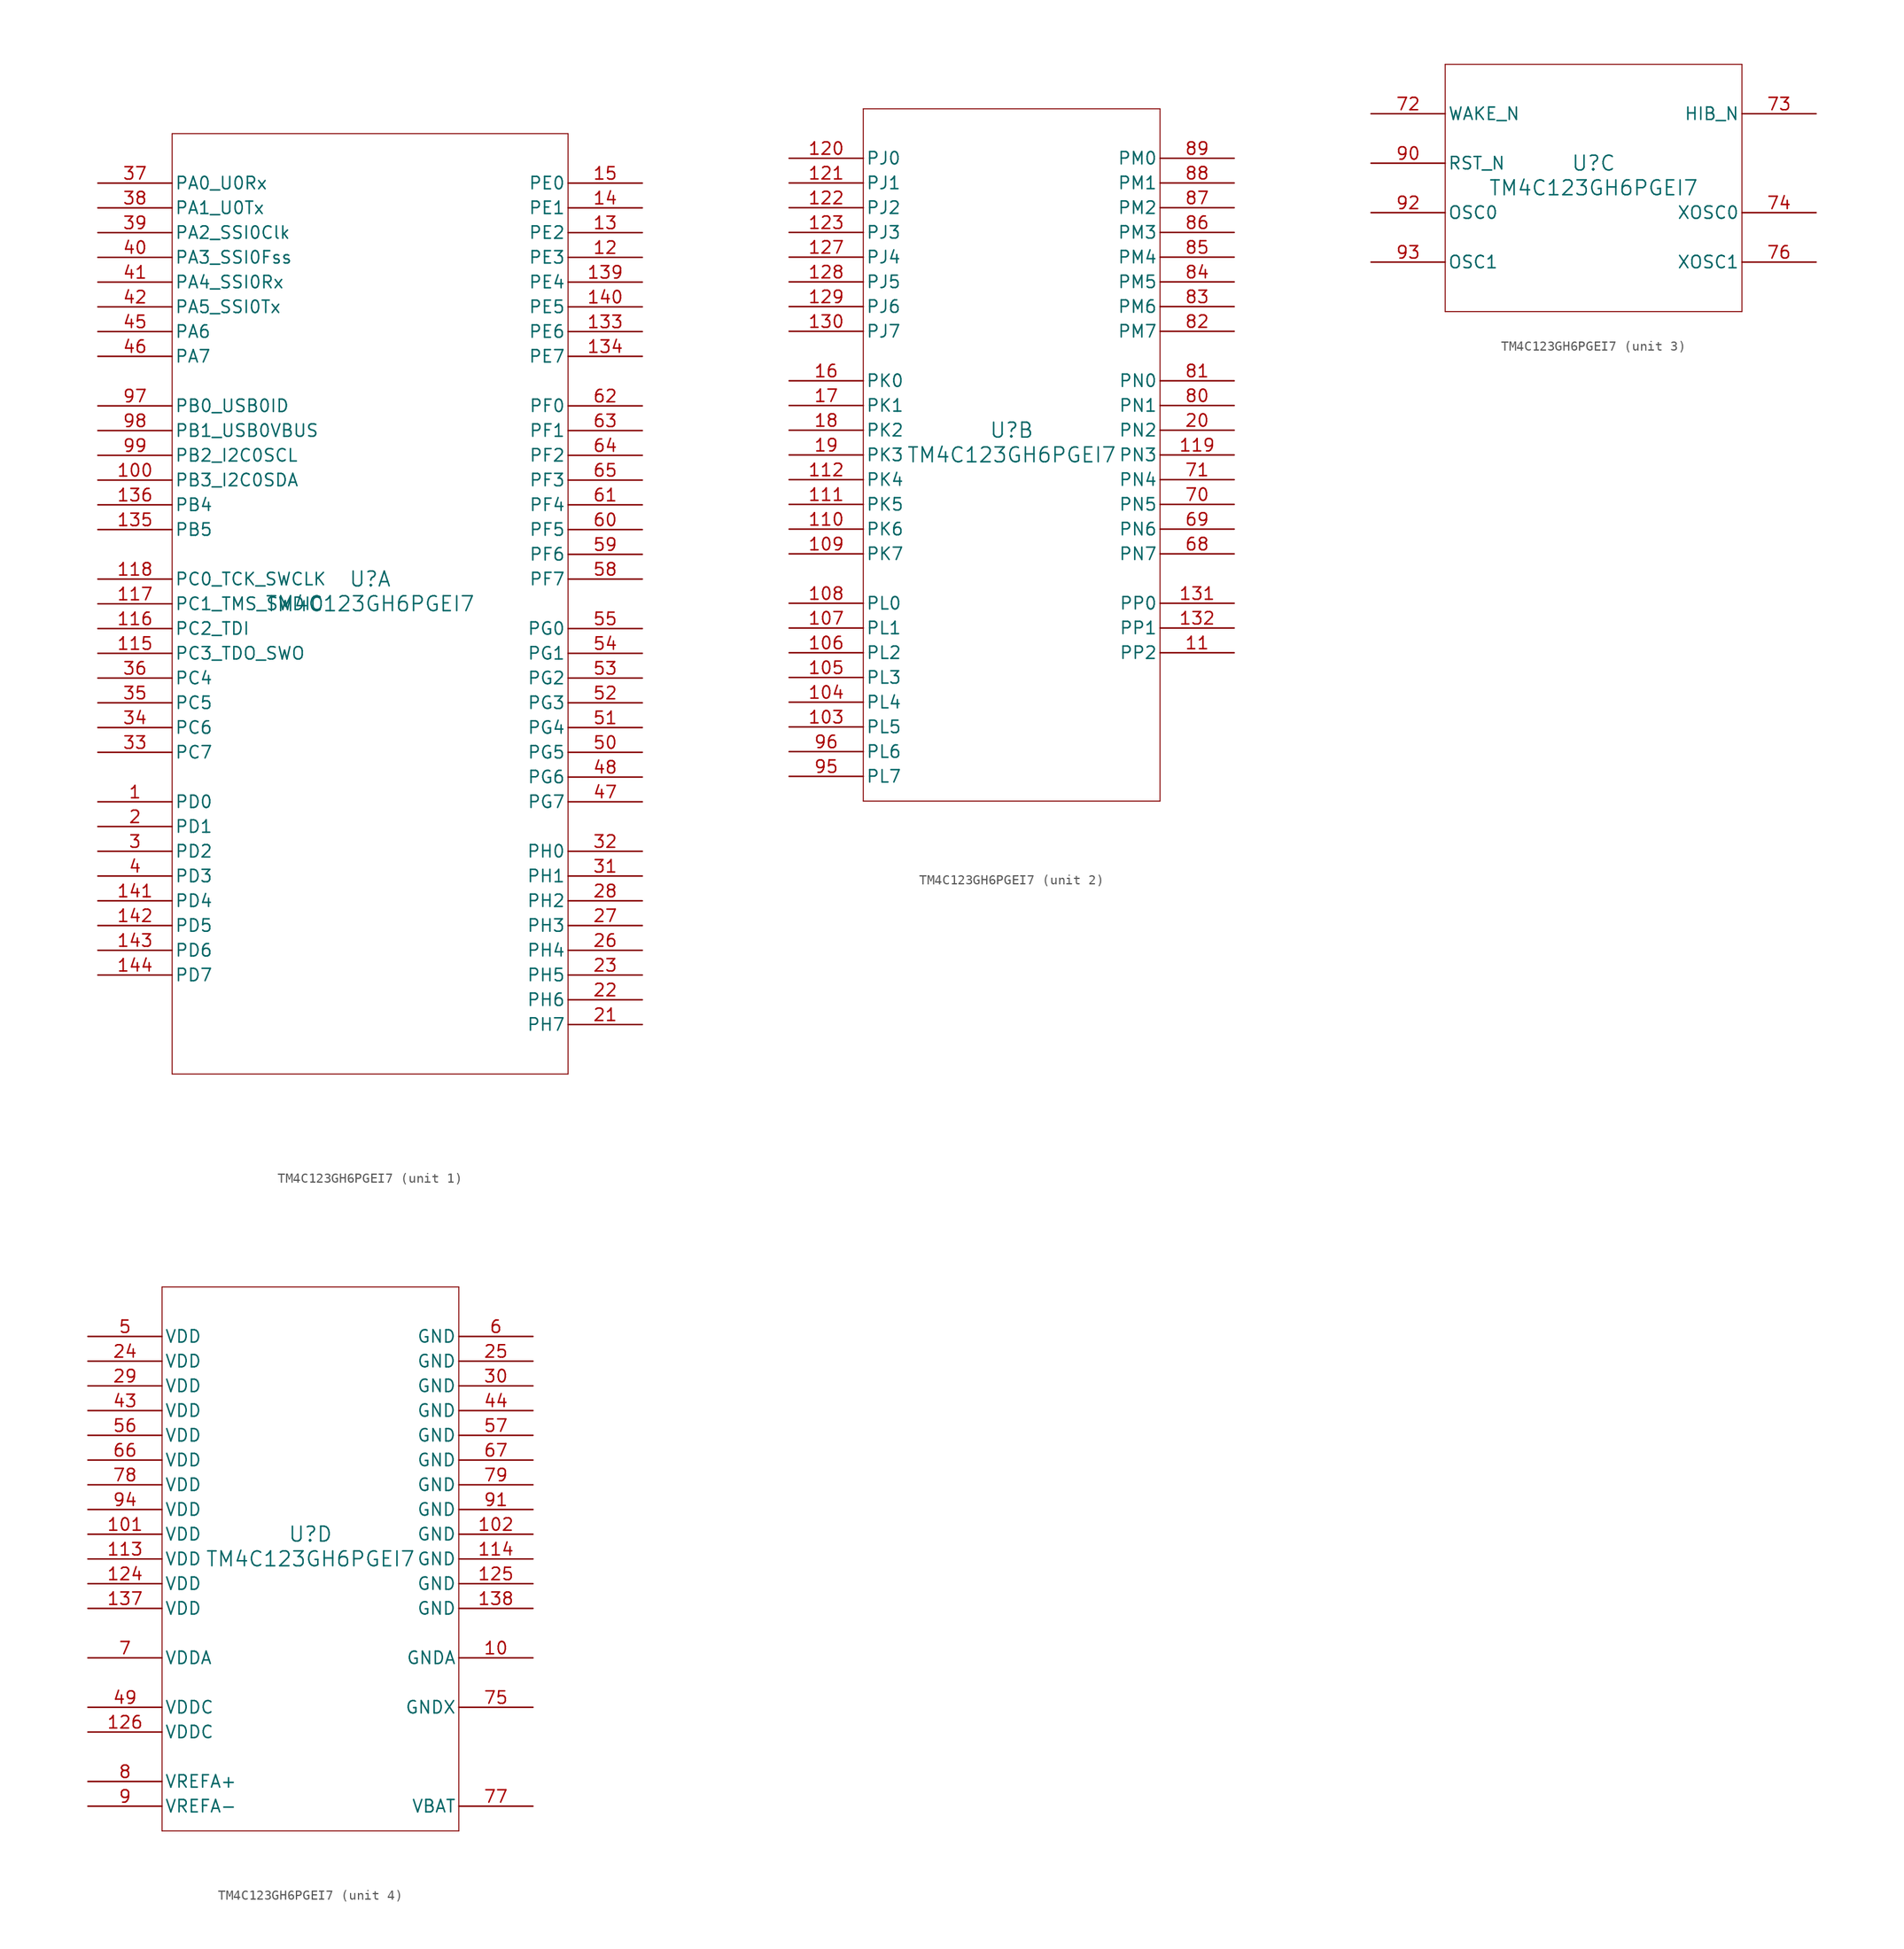
<source format=kicad_sym>
(kicad_symbol_lib
  (version 20211014)
  (generator kicad_symbol_editor)
  (symbol "TM4C123GH6PGEI7"
    (pin_names
      (offset 0.254))
    (property "Reference" "U"
      (at 0 2.54 0)
      (effects (font (size 1.524 1.524))))
    (property "Value" "TM4C123GH6PGEI7"
      (at 0 0 0)
      (effects (font (size 1.524 1.524))))
    (symbol "TM4C123GH6PGEI7_1_1"
      (polyline (pts (xy -20.32 -48.26) (xy 20.32 -48.26)) (stroke (width 0.102) (type default) (color 0 0 0 0)) (fill (type none)))
      (polyline (pts (xy 20.32 -48.26) (xy 20.32 48.26)) (stroke (width 0.102) (type default) (color 0 0 0 0)) (fill (type none)))
      (polyline (pts (xy 20.32 48.26) (xy -20.32 48.26)) (stroke (width 0.102) (type default) (color 0 0 0 0)) (fill (type none)))
      (polyline (pts (xy -20.32 48.26) (xy -20.32 -48.26)) (stroke (width 0.102) (type default) (color 0 0 0 0)) (fill (type none)))
      (pin bidirectional line (at -27.94 -20.32 0) (length 7.62) (name "PD0" (effects (font (size 1.27 1.27)))) (number "1" (effects (font (size 1.27 1.27)))))
      (pin bidirectional line (at -27.94 -22.86 0) (length 7.62) (name "PD1" (effects (font (size 1.27 1.27)))) (number "2" (effects (font (size 1.27 1.27)))))
      (pin bidirectional line (at -27.94 -25.4 0) (length 7.62) (name "PD2" (effects (font (size 1.27 1.27)))) (number "3" (effects (font (size 1.27 1.27)))))
      (pin bidirectional line (at -27.94 -27.94 0) (length 7.62) (name "PD3" (effects (font (size 1.27 1.27)))) (number "4" (effects (font (size 1.27 1.27)))))
      (pin bidirectional line (at 27.94 35.56 180) (length 7.62) (name "PE3" (effects (font (size 1.27 1.27)))) (number "12" (effects (font (size 1.27 1.27)))))
      (pin bidirectional line (at 27.94 38.1 180) (length 7.62) (name "PE2" (effects (font (size 1.27 1.27)))) (number "13" (effects (font (size 1.27 1.27)))))
      (pin bidirectional line (at 27.94 40.64 180) (length 7.62) (name "PE1" (effects (font (size 1.27 1.27)))) (number "14" (effects (font (size 1.27 1.27)))))
      (pin bidirectional line (at 27.94 43.18 180) (length 7.62) (name "PE0" (effects (font (size 1.27 1.27)))) (number "15" (effects (font (size 1.27 1.27)))))
      (pin bidirectional line (at 27.94 -43.18 180) (length 7.62) (name "PH7" (effects (font (size 1.27 1.27)))) (number "21" (effects (font (size 1.27 1.27)))))
      (pin bidirectional line (at 27.94 -40.64 180) (length 7.62) (name "PH6" (effects (font (size 1.27 1.27)))) (number "22" (effects (font (size 1.27 1.27)))))
      (pin bidirectional line (at 27.94 -38.1 180) (length 7.62) (name "PH5" (effects (font (size 1.27 1.27)))) (number "23" (effects (font (size 1.27 1.27)))))
      (pin bidirectional line (at 27.94 -35.56 180) (length 7.62) (name "PH4" (effects (font (size 1.27 1.27)))) (number "26" (effects (font (size 1.27 1.27)))))
      (pin bidirectional line (at 27.94 -33.02 180) (length 7.62) (name "PH3" (effects (font (size 1.27 1.27)))) (number "27" (effects (font (size 1.27 1.27)))))
      (pin bidirectional line (at 27.94 -30.48 180) (length 7.62) (name "PH2" (effects (font (size 1.27 1.27)))) (number "28" (effects (font (size 1.27 1.27)))))
      (pin bidirectional line (at 27.94 -27.94 180) (length 7.62) (name "PH1" (effects (font (size 1.27 1.27)))) (number "31" (effects (font (size 1.27 1.27)))))
      (pin bidirectional line (at 27.94 -25.4 180) (length 7.62) (name "PH0" (effects (font (size 1.27 1.27)))) (number "32" (effects (font (size 1.27 1.27)))))
      (pin bidirectional line (at -27.94 -15.24 0) (length 7.62) (name "PC7" (effects (font (size 1.27 1.27)))) (number "33" (effects (font (size 1.27 1.27)))))
      (pin bidirectional line (at -27.94 -12.7 0) (length 7.62) (name "PC6" (effects (font (size 1.27 1.27)))) (number "34" (effects (font (size 1.27 1.27)))))
      (pin bidirectional line (at -27.94 -10.16 0) (length 7.62) (name "PC5" (effects (font (size 1.27 1.27)))) (number "35" (effects (font (size 1.27 1.27)))))
      (pin bidirectional line (at -27.94 -7.62 0) (length 7.62) (name "PC4" (effects (font (size 1.27 1.27)))) (number "36" (effects (font (size 1.27 1.27)))))
      (pin bidirectional line (at -27.94 43.18 0) (length 7.62) (name "PA0_U0Rx" (effects (font (size 1.27 1.27)))) (number "37" (effects (font (size 1.27 1.27)))))
      (pin bidirectional line (at -27.94 40.64 0) (length 7.62) (name "PA1_U0Tx" (effects (font (size 1.27 1.27)))) (number "38" (effects (font (size 1.27 1.27)))))
      (pin bidirectional line (at -27.94 38.1 0) (length 7.62) (name "PA2_SSI0Clk" (effects (font (size 1.27 1.27)))) (number "39" (effects (font (size 1.27 1.27)))))
      (pin bidirectional line (at -27.94 35.56 0) (length 7.62) (name "PA3_SSI0Fss" (effects (font (size 1.27 1.27)))) (number "40" (effects (font (size 1.27 1.27)))))
      (pin bidirectional line (at -27.94 33.02 0) (length 7.62) (name "PA4_SSI0Rx" (effects (font (size 1.27 1.27)))) (number "41" (effects (font (size 1.27 1.27)))))
      (pin bidirectional line (at -27.94 30.48 0) (length 7.62) (name "PA5_SSI0Tx" (effects (font (size 1.27 1.27)))) (number "42" (effects (font (size 1.27 1.27)))))
      (pin bidirectional line (at -27.94 27.94 0) (length 7.62) (name "PA6" (effects (font (size 1.27 1.27)))) (number "45" (effects (font (size 1.27 1.27)))))
      (pin bidirectional line (at -27.94 25.4 0) (length 7.62) (name "PA7" (effects (font (size 1.27 1.27)))) (number "46" (effects (font (size 1.27 1.27)))))
      (pin bidirectional line (at 27.94 -20.32 180) (length 7.62) (name "PG7" (effects (font (size 1.27 1.27)))) (number "47" (effects (font (size 1.27 1.27)))))
      (pin bidirectional line (at 27.94 -17.78 180) (length 7.62) (name "PG6" (effects (font (size 1.27 1.27)))) (number "48" (effects (font (size 1.27 1.27)))))
      (pin bidirectional line (at 27.94 -15.24 180) (length 7.62) (name "PG5" (effects (font (size 1.27 1.27)))) (number "50" (effects (font (size 1.27 1.27)))))
      (pin bidirectional line (at 27.94 -12.7 180) (length 7.62) (name "PG4" (effects (font (size 1.27 1.27)))) (number "51" (effects (font (size 1.27 1.27)))))
      (pin bidirectional line (at 27.94 -10.16 180) (length 7.62) (name "PG3" (effects (font (size 1.27 1.27)))) (number "52" (effects (font (size 1.27 1.27)))))
      (pin bidirectional line (at 27.94 -7.62 180) (length 7.62) (name "PG2" (effects (font (size 1.27 1.27)))) (number "53" (effects (font (size 1.27 1.27)))))
      (pin bidirectional line (at 27.94 -5.08 180) (length 7.62) (name "PG1" (effects (font (size 1.27 1.27)))) (number "54" (effects (font (size 1.27 1.27)))))
      (pin bidirectional line (at 27.94 -2.54 180) (length 7.62) (name "PG0" (effects (font (size 1.27 1.27)))) (number "55" (effects (font (size 1.27 1.27)))))
      (pin bidirectional line (at 27.94 2.54 180) (length 7.62) (name "PF7" (effects (font (size 1.27 1.27)))) (number "58" (effects (font (size 1.27 1.27)))))
      (pin bidirectional line (at 27.94 5.08 180) (length 7.62) (name "PF6" (effects (font (size 1.27 1.27)))) (number "59" (effects (font (size 1.27 1.27)))))
      (pin bidirectional line (at 27.94 7.62 180) (length 7.62) (name "PF5" (effects (font (size 1.27 1.27)))) (number "60" (effects (font (size 1.27 1.27)))))
      (pin bidirectional line (at 27.94 10.16 180) (length 7.62) (name "PF4" (effects (font (size 1.27 1.27)))) (number "61" (effects (font (size 1.27 1.27)))))
      (pin bidirectional line (at 27.94 20.32 180) (length 7.62) (name "PF0" (effects (font (size 1.27 1.27)))) (number "62" (effects (font (size 1.27 1.27)))))
      (pin bidirectional line (at 27.94 17.78 180) (length 7.62) (name "PF1" (effects (font (size 1.27 1.27)))) (number "63" (effects (font (size 1.27 1.27)))))
      (pin bidirectional line (at 27.94 15.24 180) (length 7.62) (name "PF2" (effects (font (size 1.27 1.27)))) (number "64" (effects (font (size 1.27 1.27)))))
      (pin bidirectional line (at 27.94 12.7 180) (length 7.62) (name "PF3" (effects (font (size 1.27 1.27)))) (number "65" (effects (font (size 1.27 1.27)))))
      (pin bidirectional line (at -27.94 20.32 0) (length 7.62) (name "PB0_USB0ID" (effects (font (size 1.27 1.27)))) (number "97" (effects (font (size 1.27 1.27)))))
      (pin bidirectional line (at -27.94 17.78 0) (length 7.62) (name "PB1_USB0VBUS" (effects (font (size 1.27 1.27)))) (number "98" (effects (font (size 1.27 1.27)))))
      (pin bidirectional line (at -27.94 15.24 0) (length 7.62) (name "PB2_I2C0SCL" (effects (font (size 1.27 1.27)))) (number "99" (effects (font (size 1.27 1.27)))))
      (pin bidirectional line (at -27.94 12.7 0) (length 7.62) (name "PB3_I2C0SDA" (effects (font (size 1.27 1.27)))) (number "100" (effects (font (size 1.27 1.27)))))
      (pin bidirectional line (at -27.94 -5.08 0) (length 7.62) (name "PC3_TDO_SWO" (effects (font (size 1.27 1.27)))) (number "115" (effects (font (size 1.27 1.27)))))
      (pin bidirectional line (at -27.94 -2.54 0) (length 7.62) (name "PC2_TDI" (effects (font (size 1.27 1.27)))) (number "116" (effects (font (size 1.27 1.27)))))
      (pin bidirectional line (at -27.94 0 0) (length 7.62) (name "PC1_TMS_SWDIO" (effects (font (size 1.27 1.27)))) (number "117" (effects (font (size 1.27 1.27)))))
      (pin bidirectional line (at -27.94 2.54 0) (length 7.62) (name "PC0_TCK_SWCLK" (effects (font (size 1.27 1.27)))) (number "118" (effects (font (size 1.27 1.27)))))
      (pin bidirectional line (at 27.94 27.94 180) (length 7.62) (name "PE6" (effects (font (size 1.27 1.27)))) (number "133" (effects (font (size 1.27 1.27)))))
      (pin bidirectional line (at 27.94 25.4 180) (length 7.62) (name "PE7" (effects (font (size 1.27 1.27)))) (number "134" (effects (font (size 1.27 1.27)))))
      (pin bidirectional line (at -27.94 7.62 0) (length 7.62) (name "PB5" (effects (font (size 1.27 1.27)))) (number "135" (effects (font (size 1.27 1.27)))))
      (pin bidirectional line (at -27.94 10.16 0) (length 7.62) (name "PB4" (effects (font (size 1.27 1.27)))) (number "136" (effects (font (size 1.27 1.27)))))
      (pin bidirectional line (at 27.94 33.02 180) (length 7.62) (name "PE4" (effects (font (size 1.27 1.27)))) (number "139" (effects (font (size 1.27 1.27)))))
      (pin bidirectional line (at 27.94 30.48 180) (length 7.62) (name "PE5" (effects (font (size 1.27 1.27)))) (number "140" (effects (font (size 1.27 1.27)))))
      (pin bidirectional line (at -27.94 -30.48 0) (length 7.62) (name "PD4" (effects (font (size 1.27 1.27)))) (number "141" (effects (font (size 1.27 1.27)))))
      (pin bidirectional line (at -27.94 -33.02 0) (length 7.62) (name "PD5" (effects (font (size 1.27 1.27)))) (number "142" (effects (font (size 1.27 1.27)))))
      (pin bidirectional line (at -27.94 -35.56 0) (length 7.62) (name "PD6" (effects (font (size 1.27 1.27)))) (number "143" (effects (font (size 1.27 1.27)))))
      (pin bidirectional line (at -27.94 -38.1 0) (length 7.62) (name "PD7" (effects (font (size 1.27 1.27)))) (number "144" (effects (font (size 1.27 1.27))))))
    (symbol "TM4C123GH6PGEI7_2_1"
      (polyline (pts (xy -15.24 -35.56) (xy 15.24 -35.56)) (stroke (width 0.102) (type default) (color 0 0 0 0)) (fill (type none)))
      (polyline (pts (xy 15.24 -35.56) (xy 15.24 35.56)) (stroke (width 0.102) (type default) (color 0 0 0 0)) (fill (type none)))
      (polyline (pts (xy 15.24 35.56) (xy -15.24 35.56)) (stroke (width 0.102) (type default) (color 0 0 0 0)) (fill (type none)))
      (polyline (pts (xy -15.24 35.56) (xy -15.24 -35.56)) (stroke (width 0.102) (type default) (color 0 0 0 0)) (fill (type none)))
      (pin bidirectional line (at 22.86 -20.32 180) (length 7.62) (name "PP2" (effects (font (size 1.27 1.27)))) (number "11" (effects (font (size 1.27 1.27)))))
      (pin bidirectional line (at -22.86 7.62 0) (length 7.62) (name "PK0" (effects (font (size 1.27 1.27)))) (number "16" (effects (font (size 1.27 1.27)))))
      (pin bidirectional line (at -22.86 5.08 0) (length 7.62) (name "PK1" (effects (font (size 1.27 1.27)))) (number "17" (effects (font (size 1.27 1.27)))))
      (pin bidirectional line (at -22.86 2.54 0) (length 7.62) (name "PK2" (effects (font (size 1.27 1.27)))) (number "18" (effects (font (size 1.27 1.27)))))
      (pin bidirectional line (at -22.86 0 0) (length 7.62) (name "PK3" (effects (font (size 1.27 1.27)))) (number "19" (effects (font (size 1.27 1.27)))))
      (pin bidirectional line (at 22.86 2.54 180) (length 7.62) (name "PN2" (effects (font (size 1.27 1.27)))) (number "20" (effects (font (size 1.27 1.27)))))
      (pin bidirectional line (at 22.86 -10.16 180) (length 7.62) (name "PN7" (effects (font (size 1.27 1.27)))) (number "68" (effects (font (size 1.27 1.27)))))
      (pin bidirectional line (at 22.86 -7.62 180) (length 7.62) (name "PN6" (effects (font (size 1.27 1.27)))) (number "69" (effects (font (size 1.27 1.27)))))
      (pin bidirectional line (at 22.86 -5.08 180) (length 7.62) (name "PN5" (effects (font (size 1.27 1.27)))) (number "70" (effects (font (size 1.27 1.27)))))
      (pin bidirectional line (at 22.86 -2.54 180) (length 7.62) (name "PN4" (effects (font (size 1.27 1.27)))) (number "71" (effects (font (size 1.27 1.27)))))
      (pin bidirectional line (at 22.86 5.08 180) (length 7.62) (name "PN1" (effects (font (size 1.27 1.27)))) (number "80" (effects (font (size 1.27 1.27)))))
      (pin bidirectional line (at 22.86 7.62 180) (length 7.62) (name "PN0" (effects (font (size 1.27 1.27)))) (number "81" (effects (font (size 1.27 1.27)))))
      (pin bidirectional line (at 22.86 12.7 180) (length 7.62) (name "PM7" (effects (font (size 1.27 1.27)))) (number "82" (effects (font (size 1.27 1.27)))))
      (pin bidirectional line (at 22.86 15.24 180) (length 7.62) (name "PM6" (effects (font (size 1.27 1.27)))) (number "83" (effects (font (size 1.27 1.27)))))
      (pin bidirectional line (at 22.86 17.78 180) (length 7.62) (name "PM5" (effects (font (size 1.27 1.27)))) (number "84" (effects (font (size 1.27 1.27)))))
      (pin bidirectional line (at 22.86 20.32 180) (length 7.62) (name "PM4" (effects (font (size 1.27 1.27)))) (number "85" (effects (font (size 1.27 1.27)))))
      (pin bidirectional line (at 22.86 22.86 180) (length 7.62) (name "PM3" (effects (font (size 1.27 1.27)))) (number "86" (effects (font (size 1.27 1.27)))))
      (pin bidirectional line (at 22.86 25.4 180) (length 7.62) (name "PM2" (effects (font (size 1.27 1.27)))) (number "87" (effects (font (size 1.27 1.27)))))
      (pin bidirectional line (at 22.86 27.94 180) (length 7.62) (name "PM1" (effects (font (size 1.27 1.27)))) (number "88" (effects (font (size 1.27 1.27)))))
      (pin bidirectional line (at 22.86 30.48 180) (length 7.62) (name "PM0" (effects (font (size 1.27 1.27)))) (number "89" (effects (font (size 1.27 1.27)))))
      (pin bidirectional line (at -22.86 -33.02 0) (length 7.62) (name "PL7" (effects (font (size 1.27 1.27)))) (number "95" (effects (font (size 1.27 1.27)))))
      (pin bidirectional line (at -22.86 -30.48 0) (length 7.62) (name "PL6" (effects (font (size 1.27 1.27)))) (number "96" (effects (font (size 1.27 1.27)))))
      (pin bidirectional line (at -22.86 -27.94 0) (length 7.62) (name "PL5" (effects (font (size 1.27 1.27)))) (number "103" (effects (font (size 1.27 1.27)))))
      (pin bidirectional line (at -22.86 -25.4 0) (length 7.62) (name "PL4" (effects (font (size 1.27 1.27)))) (number "104" (effects (font (size 1.27 1.27)))))
      (pin bidirectional line (at -22.86 -22.86 0) (length 7.62) (name "PL3" (effects (font (size 1.27 1.27)))) (number "105" (effects (font (size 1.27 1.27)))))
      (pin bidirectional line (at -22.86 -20.32 0) (length 7.62) (name "PL2" (effects (font (size 1.27 1.27)))) (number "106" (effects (font (size 1.27 1.27)))))
      (pin bidirectional line (at -22.86 -17.78 0) (length 7.62) (name "PL1" (effects (font (size 1.27 1.27)))) (number "107" (effects (font (size 1.27 1.27)))))
      (pin bidirectional line (at -22.86 -15.24 0) (length 7.62) (name "PL0" (effects (font (size 1.27 1.27)))) (number "108" (effects (font (size 1.27 1.27)))))
      (pin bidirectional line (at -22.86 -10.16 0) (length 7.62) (name "PK7" (effects (font (size 1.27 1.27)))) (number "109" (effects (font (size 1.27 1.27)))))
      (pin bidirectional line (at -22.86 -7.62 0) (length 7.62) (name "PK6" (effects (font (size 1.27 1.27)))) (number "110" (effects (font (size 1.27 1.27)))))
      (pin bidirectional line (at -22.86 -5.08 0) (length 7.62) (name "PK5" (effects (font (size 1.27 1.27)))) (number "111" (effects (font (size 1.27 1.27)))))
      (pin bidirectional line (at -22.86 -2.54 0) (length 7.62) (name "PK4" (effects (font (size 1.27 1.27)))) (number "112" (effects (font (size 1.27 1.27)))))
      (pin bidirectional line (at 22.86 0 180) (length 7.62) (name "PN3" (effects (font (size 1.27 1.27)))) (number "119" (effects (font (size 1.27 1.27)))))
      (pin bidirectional line (at -22.86 30.48 0) (length 7.62) (name "PJ0" (effects (font (size 1.27 1.27)))) (number "120" (effects (font (size 1.27 1.27)))))
      (pin bidirectional line (at -22.86 27.94 0) (length 7.62) (name "PJ1" (effects (font (size 1.27 1.27)))) (number "121" (effects (font (size 1.27 1.27)))))
      (pin bidirectional line (at -22.86 25.4 0) (length 7.62) (name "PJ2" (effects (font (size 1.27 1.27)))) (number "122" (effects (font (size 1.27 1.27)))))
      (pin bidirectional line (at -22.86 22.86 0) (length 7.62) (name "PJ3" (effects (font (size 1.27 1.27)))) (number "123" (effects (font (size 1.27 1.27)))))
      (pin bidirectional line (at -22.86 20.32 0) (length 7.62) (name "PJ4" (effects (font (size 1.27 1.27)))) (number "127" (effects (font (size 1.27 1.27)))))
      (pin bidirectional line (at -22.86 17.78 0) (length 7.62) (name "PJ5" (effects (font (size 1.27 1.27)))) (number "128" (effects (font (size 1.27 1.27)))))
      (pin bidirectional line (at -22.86 15.24 0) (length 7.62) (name "PJ6" (effects (font (size 1.27 1.27)))) (number "129" (effects (font (size 1.27 1.27)))))
      (pin bidirectional line (at -22.86 12.7 0) (length 7.62) (name "PJ7" (effects (font (size 1.27 1.27)))) (number "130" (effects (font (size 1.27 1.27)))))
      (pin bidirectional line (at 22.86 -15.24 180) (length 7.62) (name "PP0" (effects (font (size 1.27 1.27)))) (number "131" (effects (font (size 1.27 1.27)))))
      (pin bidirectional line (at 22.86 -17.78 180) (length 7.62) (name "PP1" (effects (font (size 1.27 1.27)))) (number "132" (effects (font (size 1.27 1.27))))))
    (symbol "TM4C123GH6PGEI7_3_1"
      (polyline (pts (xy -15.24 -12.7) (xy 15.24 -12.7)) (stroke (width 0.102) (type default) (color 0 0 0 0)) (fill (type none)))
      (polyline (pts (xy 15.24 -12.7) (xy 15.24 12.7)) (stroke (width 0.102) (type default) (color 0 0 0 0)) (fill (type none)))
      (polyline (pts (xy 15.24 12.7) (xy -15.24 12.7)) (stroke (width 0.102) (type default) (color 0 0 0 0)) (fill (type none)))
      (polyline (pts (xy -15.24 12.7) (xy -15.24 -12.7)) (stroke (width 0.102) (type default) (color 0 0 0 0)) (fill (type none)))
      (pin input line (at -22.86 7.62 0) (length 7.62) (name "WAKE_N" (effects (font (size 1.27 1.27)))) (number "72" (effects (font (size 1.27 1.27)))))
      (pin output line (at 22.86 7.62 180) (length 7.62) (name "HIB_N" (effects (font (size 1.27 1.27)))) (number "73" (effects (font (size 1.27 1.27)))))
      (pin input line (at 22.86 -2.54 180) (length 7.62) (name "XOSC0" (effects (font (size 1.27 1.27)))) (number "74" (effects (font (size 1.27 1.27)))))
      (pin output line (at 22.86 -7.62 180) (length 7.62) (name "XOSC1" (effects (font (size 1.27 1.27)))) (number "76" (effects (font (size 1.27 1.27)))))
      (pin input line (at -22.86 2.54 0) (length 7.62) (name "RST_N" (effects (font (size 1.27 1.27)))) (number "90" (effects (font (size 1.27 1.27)))))
      (pin input line (at -22.86 -2.54 0) (length 7.62) (name "OSC0" (effects (font (size 1.27 1.27)))) (number "92" (effects (font (size 1.27 1.27)))))
      (pin output line (at -22.86 -7.62 0) (length 7.62) (name "OSC1" (effects (font (size 1.27 1.27)))) (number "93" (effects (font (size 1.27 1.27))))))
    (symbol "TM4C123GH6PGEI7_4_1"
      (polyline (pts (xy -15.24 -27.94) (xy 15.24 -27.94)) (stroke (width 0.102) (type default) (color 0 0 0 0)) (fill (type none)))
      (polyline (pts (xy 15.24 -27.94) (xy 15.24 27.94)) (stroke (width 0.102) (type default) (color 0 0 0 0)) (fill (type none)))
      (polyline (pts (xy 15.24 27.94) (xy -15.24 27.94)) (stroke (width 0.102) (type default) (color 0 0 0 0)) (fill (type none)))
      (polyline (pts (xy -15.24 27.94) (xy -15.24 -27.94)) (stroke (width 0.102) (type default) (color 0 0 0 0)) (fill (type none)))
      (pin power_in line (at -22.86 22.86 0) (length 7.62) (name "VDD" (effects (font (size 1.27 1.27)))) (number "5" (effects (font (size 1.27 1.27)))))
      (pin power_in line (at 22.86 22.86 180) (length 7.62) (name "GND" (effects (font (size 1.27 1.27)))) (number "6" (effects (font (size 1.27 1.27)))))
      (pin power_in line (at -22.86 -10.16 0) (length 7.62) (name "VDDA" (effects (font (size 1.27 1.27)))) (number "7" (effects (font (size 1.27 1.27)))))
      (pin power_in line (at -22.86 -22.86 0) (length 7.62) (name "VREFA+" (effects (font (size 1.27 1.27)))) (number "8" (effects (font (size 1.27 1.27)))))
      (pin power_in line (at -22.86 -25.4 0) (length 7.62) (name "VREFA-" (effects (font (size 1.27 1.27)))) (number "9" (effects (font (size 1.27 1.27)))))
      (pin power_in line (at 22.86 -10.16 180) (length 7.62) (name "GNDA" (effects (font (size 1.27 1.27)))) (number "10" (effects (font (size 1.27 1.27)))))
      (pin power_in line (at -22.86 20.32 0) (length 7.62) (name "VDD" (effects (font (size 1.27 1.27)))) (number "24" (effects (font (size 1.27 1.27)))))
      (pin power_in line (at 22.86 20.32 180) (length 7.62) (name "GND" (effects (font (size 1.27 1.27)))) (number "25" (effects (font (size 1.27 1.27)))))
      (pin power_in line (at -22.86 17.78 0) (length 7.62) (name "VDD" (effects (font (size 1.27 1.27)))) (number "29" (effects (font (size 1.27 1.27)))))
      (pin power_in line (at 22.86 17.78 180) (length 7.62) (name "GND" (effects (font (size 1.27 1.27)))) (number "30" (effects (font (size 1.27 1.27)))))
      (pin power_in line (at -22.86 15.24 0) (length 7.62) (name "VDD" (effects (font (size 1.27 1.27)))) (number "43" (effects (font (size 1.27 1.27)))))
      (pin power_in line (at 22.86 15.24 180) (length 7.62) (name "GND" (effects (font (size 1.27 1.27)))) (number "44" (effects (font (size 1.27 1.27)))))
      (pin power_in line (at -22.86 -15.24 0) (length 7.62) (name "VDDC" (effects (font (size 1.27 1.27)))) (number "49" (effects (font (size 1.27 1.27)))))
      (pin power_in line (at -22.86 12.7 0) (length 7.62) (name "VDD" (effects (font (size 1.27 1.27)))) (number "56" (effects (font (size 1.27 1.27)))))
      (pin power_in line (at 22.86 12.7 180) (length 7.62) (name "GND" (effects (font (size 1.27 1.27)))) (number "57" (effects (font (size 1.27 1.27)))))
      (pin power_in line (at -22.86 10.16 0) (length 7.62) (name "VDD" (effects (font (size 1.27 1.27)))) (number "66" (effects (font (size 1.27 1.27)))))
      (pin power_in line (at 22.86 10.16 180) (length 7.62) (name "GND" (effects (font (size 1.27 1.27)))) (number "67" (effects (font (size 1.27 1.27)))))
      (pin power_in line (at 22.86 -15.24 180) (length 7.62) (name "GNDX" (effects (font (size 1.27 1.27)))) (number "75" (effects (font (size 1.27 1.27)))))
      (pin power_in line (at 22.86 -25.4 180) (length 7.62) (name "VBAT" (effects (font (size 1.27 1.27)))) (number "77" (effects (font (size 1.27 1.27)))))
      (pin power_in line (at -22.86 7.62 0) (length 7.62) (name "VDD" (effects (font (size 1.27 1.27)))) (number "78" (effects (font (size 1.27 1.27)))))
      (pin power_in line (at 22.86 7.62 180) (length 7.62) (name "GND" (effects (font (size 1.27 1.27)))) (number "79" (effects (font (size 1.27 1.27)))))
      (pin power_in line (at 22.86 5.08 180) (length 7.62) (name "GND" (effects (font (size 1.27 1.27)))) (number "91" (effects (font (size 1.27 1.27)))))
      (pin power_in line (at -22.86 5.08 0) (length 7.62) (name "VDD" (effects (font (size 1.27 1.27)))) (number "94" (effects (font (size 1.27 1.27)))))
      (pin power_in line (at -22.86 2.54 0) (length 7.62) (name "VDD" (effects (font (size 1.27 1.27)))) (number "101" (effects (font (size 1.27 1.27)))))
      (pin power_in line (at 22.86 2.54 180) (length 7.62) (name "GND" (effects (font (size 1.27 1.27)))) (number "102" (effects (font (size 1.27 1.27)))))
      (pin power_in line (at -22.86 0 0) (length 7.62) (name "VDD" (effects (font (size 1.27 1.27)))) (number "113" (effects (font (size 1.27 1.27)))))
      (pin power_in line (at 22.86 0 180) (length 7.62) (name "GND" (effects (font (size 1.27 1.27)))) (number "114" (effects (font (size 1.27 1.27)))))
      (pin power_in line (at -22.86 -2.54 0) (length 7.62) (name "VDD" (effects (font (size 1.27 1.27)))) (number "124" (effects (font (size 1.27 1.27)))))
      (pin power_in line (at 22.86 -2.54 180) (length 7.62) (name "GND" (effects (font (size 1.27 1.27)))) (number "125" (effects (font (size 1.27 1.27)))))
      (pin power_in line (at -22.86 -17.78 0) (length 7.62) (name "VDDC" (effects (font (size 1.27 1.27)))) (number "126" (effects (font (size 1.27 1.27)))))
      (pin power_in line (at -22.86 -5.08 0) (length 7.62) (name "VDD" (effects (font (size 1.27 1.27)))) (number "137" (effects (font (size 1.27 1.27)))))
      (pin power_in line (at 22.86 -5.08 180) (length 7.62) (name "GND" (effects (font (size 1.27 1.27)))) (number "138" (effects (font (size 1.27 1.27))))))))
</source>
